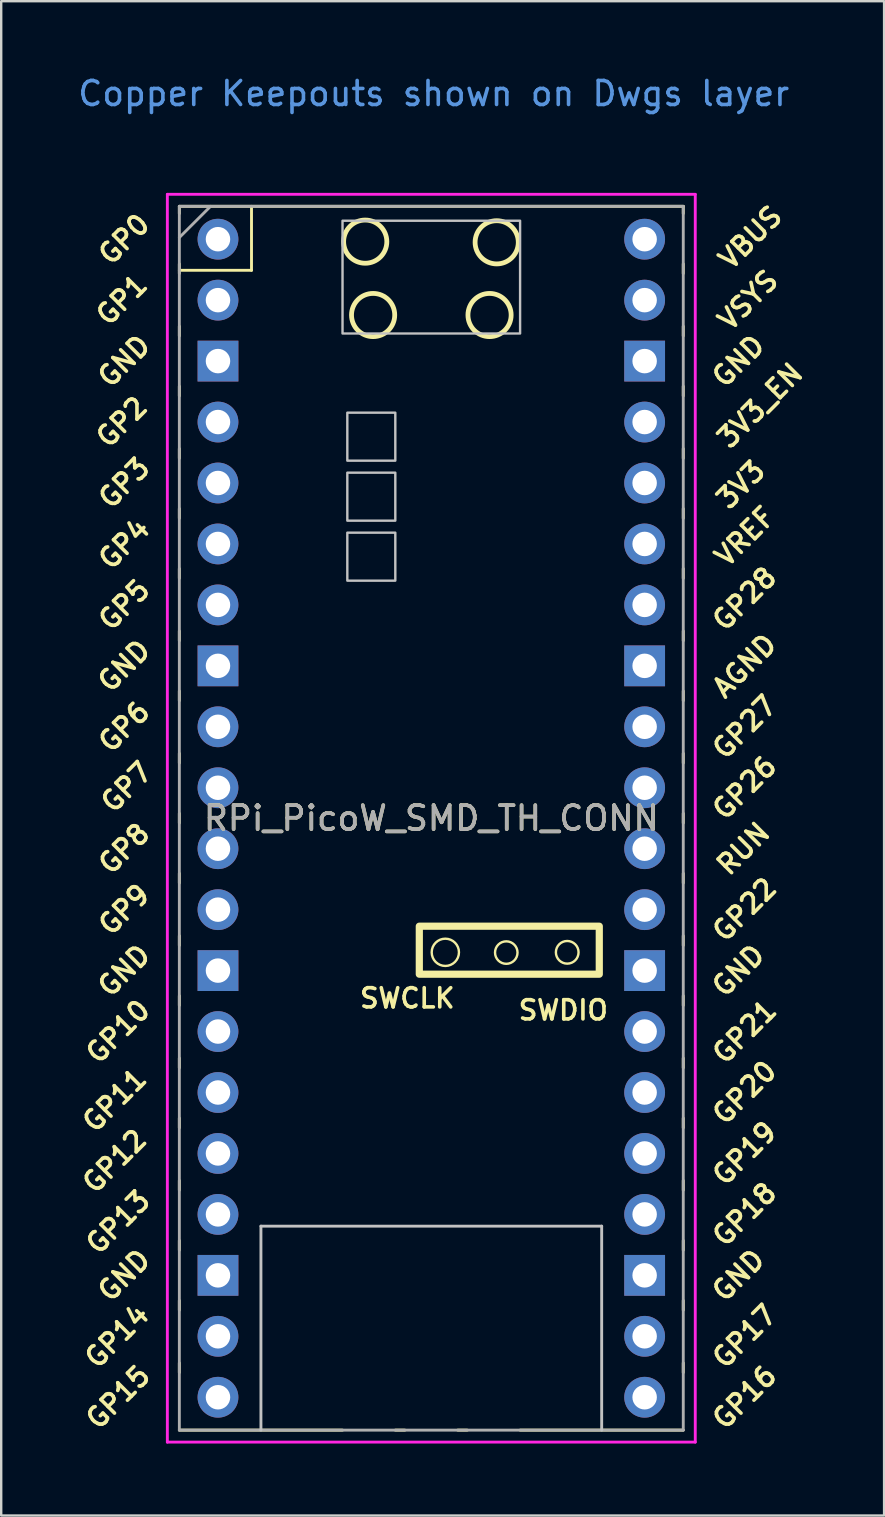
<source format=kicad_pcb>
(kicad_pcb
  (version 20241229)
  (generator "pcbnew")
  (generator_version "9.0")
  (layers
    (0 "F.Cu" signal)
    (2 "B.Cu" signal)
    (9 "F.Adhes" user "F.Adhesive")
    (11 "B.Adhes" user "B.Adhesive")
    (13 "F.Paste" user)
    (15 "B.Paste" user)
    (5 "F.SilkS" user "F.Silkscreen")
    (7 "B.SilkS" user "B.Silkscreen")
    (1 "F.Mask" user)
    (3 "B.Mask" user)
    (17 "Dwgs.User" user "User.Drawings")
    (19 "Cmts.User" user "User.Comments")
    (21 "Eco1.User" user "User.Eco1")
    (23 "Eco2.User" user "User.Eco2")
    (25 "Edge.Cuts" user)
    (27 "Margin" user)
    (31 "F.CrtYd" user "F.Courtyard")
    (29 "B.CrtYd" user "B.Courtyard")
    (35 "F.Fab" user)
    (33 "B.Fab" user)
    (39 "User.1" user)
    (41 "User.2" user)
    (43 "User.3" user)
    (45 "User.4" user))
  (footprint "RPi_PicoW_SMD_TH_CONN"
    (layer "F.Cu")
    (at 14.924 31.048)
    (property "Reference" "RPi_PicoW_SMD_TH_CONN" (at 0 0 0) (layer "F.SilkS") (effects (font (size 1 1) (thickness 0.15))))
    (attr through_hole)
    (fp_line (start -10.5 -25.5) (end -10.5 -25.2) (stroke (width 0.12) (type solid)) (layer "F.SilkS"))
    (fp_line (start -10.5 -25.5) (end 10.5 -25.5) (stroke (width 0.12) (type solid)) (layer "F.SilkS"))
    (fp_line (start -10.5 -23.1) (end -10.5 -22.7) (stroke (width 0.12) (type solid)) (layer "F.SilkS"))
    (fp_line (start -10.5 -22.833) (end -7.493 -22.833) (stroke (width 0.12) (type solid)) (layer "F.SilkS"))
    (fp_line (start -10.5 -20.5) (end -10.5 -20.1) (stroke (width 0.12) (type solid)) (layer "F.SilkS"))
    (fp_line (start -10.5 -18) (end -10.5 -17.6) (stroke (width 0.12) (type solid)) (layer "F.SilkS"))
    (fp_line (start -10.5 -15.4) (end -10.5 -15) (stroke (width 0.12) (type solid)) (layer "F.SilkS"))
    (fp_line (start -10.5 -12.9) (end -10.5 -12.5) (stroke (width 0.12) (type solid)) (layer "F.SilkS"))
    (fp_line (start -10.5 -10.4) (end -10.5 -10) (stroke (width 0.12) (type solid)) (layer "F.SilkS"))
    (fp_line (start -10.5 -7.8) (end -10.5 -7.4) (stroke (width 0.12) (type solid)) (layer "F.SilkS"))
    (fp_line (start -10.5 -5.3) (end -10.5 -4.9) (stroke (width 0.12) (type solid)) (layer "F.SilkS"))
    (fp_line (start -10.5 -2.7) (end -10.5 -2.3) (stroke (width 0.12) (type solid)) (layer "F.SilkS"))
    (fp_line (start -10.5 -0.2) (end -10.5 0.2) (stroke (width 0.12) (type solid)) (layer "F.SilkS"))
    (fp_line (start -10.5 2.3) (end -10.5 2.7) (stroke (width 0.12) (type solid)) (layer "F.SilkS"))
    (fp_line (start -10.5 4.9) (end -10.5 5.3) (stroke (width 0.12) (type solid)) (layer "F.SilkS"))
    (fp_line (start -10.5 7.4) (end -10.5 7.8) (stroke (width 0.12) (type solid)) (layer "F.SilkS"))
    (fp_line (start -10.5 10) (end -10.5 10.4) (stroke (width 0.12) (type solid)) (layer "F.SilkS"))
    (fp_line (start -10.5 12.5) (end -10.5 12.9) (stroke (width 0.12) (type solid)) (layer "F.SilkS"))
    (fp_line (start -10.5 15.1) (end -10.5 15.5) (stroke (width 0.12) (type solid)) (layer "F.SilkS"))
    (fp_line (start -10.5 17.6) (end -10.5 18) (stroke (width 0.12) (type solid)) (layer "F.SilkS"))
    (fp_line (start -10.5 20.1) (end -10.5 20.5) (stroke (width 0.12) (type solid)) (layer "F.SilkS"))
    (fp_line (start -10.5 22.7) (end -10.5 23.1) (stroke (width 0.12) (type solid)) (layer "F.SilkS"))
    (fp_line (start -7.493 -22.833) (end -7.493 -25.5) (stroke (width 0.12) (type solid)) (layer "F.SilkS"))
    (fp_line (start -3.7 25.5) (end -10.5 25.5) (stroke (width 0.12) (type solid)) (layer "F.SilkS"))
    (fp_line (start -1.5 25.5) (end -1.1 25.5) (stroke (width 0.12) (type solid)) (layer "F.SilkS"))
    (fp_line (start 1.1 25.5) (end 1.5 25.5) (stroke (width 0.12) (type solid)) (layer "F.SilkS"))
    (fp_line (start 10.5 -25.5) (end 10.5 -25.2) (stroke (width 0.12) (type solid)) (layer "F.SilkS"))
    (fp_line (start 10.5 -23.1) (end 10.5 -22.7) (stroke (width 0.12) (type solid)) (layer "F.SilkS"))
    (fp_line (start 10.5 -20.5) (end 10.5 -20.1) (stroke (width 0.12) (type solid)) (layer "F.SilkS"))
    (fp_line (start 10.5 -18) (end 10.5 -17.6) (stroke (width 0.12) (type solid)) (layer "F.SilkS"))
    (fp_line (start 10.5 -15.4) (end 10.5 -15) (stroke (width 0.12) (type solid)) (layer "F.SilkS"))
    (fp_line (start 10.5 -12.9) (end 10.5 -12.5) (stroke (width 0.12) (type solid)) (layer "F.SilkS"))
    (fp_line (start 10.5 -10.4) (end 10.5 -10) (stroke (width 0.12) (type solid)) (layer "F.SilkS"))
    (fp_line (start 10.5 -7.8) (end 10.5 -7.4) (stroke (width 0.12) (type solid)) (layer "F.SilkS"))
    (fp_line (start 10.5 -5.3) (end 10.5 -4.9) (stroke (width 0.12) (type solid)) (layer "F.SilkS"))
    (fp_line (start 10.5 -2.7) (end 10.5 -2.3) (stroke (width 0.12) (type solid)) (layer "F.SilkS"))
    (fp_line (start 10.5 -0.2) (end 10.5 0.2) (stroke (width 0.12) (type solid)) (layer "F.SilkS"))
    (fp_line (start 10.5 2.3) (end 10.5 2.7) (stroke (width 0.12) (type solid)) (layer "F.SilkS"))
    (fp_line (start 10.5 4.9) (end 10.5 5.3) (stroke (width 0.12) (type solid)) (layer "F.SilkS"))
    (fp_line (start 10.5 7.4) (end 10.5 7.8) (stroke (width 0.12) (type solid)) (layer "F.SilkS"))
    (fp_line (start 10.5 10) (end 10.5 10.4) (stroke (width 0.12) (type solid)) (layer "F.SilkS"))
    (fp_line (start 10.5 12.5) (end 10.5 12.9) (stroke (width 0.12) (type solid)) (layer "F.SilkS"))
    (fp_line (start 10.5 15.1) (end 10.5 15.5) (stroke (width 0.12) (type solid)) (layer "F.SilkS"))
    (fp_line (start 10.5 17.6) (end 10.5 18) (stroke (width 0.12) (type solid)) (layer "F.SilkS"))
    (fp_line (start 10.5 20.1) (end 10.5 20.5) (stroke (width 0.12) (type solid)) (layer "F.SilkS"))
    (fp_line (start 10.5 22.7) (end 10.5 23.1) (stroke (width 0.12) (type solid)) (layer "F.SilkS"))
    (fp_line (start 10.5 25.5) (end 3.7 25.5) (stroke (width 0.12) (type solid)) (layer "F.SilkS"))
    (fp_rect (start -0.5 4.5) (end 7 6.5) (stroke (width 0.3) (type solid)) (fill no) (layer "F.SilkS"))
    (fp_circle (center -2.754 -24.028) (end -2.754 -23.128) (stroke (width 0.2) (type solid)) (fill no) (layer "F.SilkS"))
    (fp_circle (center -2.425 -20.97) (end -2.425 -20.07) (stroke (width 0.2) (type solid)) (fill no) (layer "F.SilkS"))
    (fp_circle (center 0.584 5.588) (end 1.092 5.842) (stroke (width 0.1) (type default)) (fill no) (layer "F.SilkS"))
    (fp_circle (center 2.427 -20.97) (end 2.427 -20.07) (stroke (width 0.2) (type solid)) (fill no) (layer "F.SilkS"))
    (fp_circle (center 2.725 -24) (end 2.725 -23.1) (stroke (width 0.2) (type solid)) (fill no) (layer "F.SilkS"))
    (fp_circle (center 3.124 5.599) (end 3.379 5.992) (stroke (width 0.1) (type default)) (fill no) (layer "F.SilkS"))
    (fp_circle (center 5.664 5.588) (end 6.045 5.867) (stroke (width 0.1) (type default)) (fill no) (layer "F.SilkS"))
    (fp_line (start -7.1 17) (end 7.1 17) (stroke (width 0.12) (type solid)) (layer "Dwgs.User"))
    (fp_line (start -7.1 25.5) (end -7.1 17) (stroke (width 0.12) (type solid)) (layer "Dwgs.User"))
    (fp_line (start 7.1 17) (end 7.1 25.5) (stroke (width 0.12) (type solid)) (layer "Dwgs.User"))
    (fp_poly (pts (xy -1.5 -14.9) (xy -3.5 -14.9) (xy -3.5 -16.9) (xy -1.5 -16.9)) (stroke (width 0.1) (type solid)) (fill no) (layer "Dwgs.User"))
    (fp_poly (pts (xy -1.5 -12.4) (xy -3.5 -12.4) (xy -3.5 -14.4) (xy -1.5 -14.4)) (stroke (width 0.1) (type solid)) (fill no) (layer "Dwgs.User"))
    (fp_poly (pts (xy -1.5 -9.9) (xy -3.5 -9.9) (xy -3.5 -11.9) (xy -1.5 -11.9)) (stroke (width 0.1) (type solid)) (fill no) (layer "Dwgs.User"))
    (fp_poly (pts (xy 3.7 -20.2) (xy -3.7 -20.2) (xy -3.7 -24.9) (xy 3.7 -24.9)) (stroke (width 0.1) (type solid)) (fill no) (layer "Dwgs.User"))
    (fp_line (start -11 -26) (end 11 -26) (stroke (width 0.12) (type solid)) (layer "F.CrtYd"))
    (fp_line (start -11 26) (end -11 -26) (stroke (width 0.12) (type solid)) (layer "F.CrtYd"))
    (fp_line (start 11 -26) (end 11 26) (stroke (width 0.12) (type solid)) (layer "F.CrtYd"))
    (fp_line (start 11 26) (end -11 26) (stroke (width 0.12) (type solid)) (layer "F.CrtYd"))
    (fp_line (start -10.5 -25.5) (end 10.5 -25.5) (stroke (width 0.12) (type solid)) (layer "F.Fab"))
    (fp_line (start -10.5 -24.2) (end -9.2 -25.5) (stroke (width 0.12) (type solid)) (layer "F.Fab"))
    (fp_line (start -10.5 25.5) (end -10.5 -25.5) (stroke (width 0.12) (type solid)) (layer "F.Fab"))
    (fp_line (start 10.5 -25.5) (end 10.5 25.5) (stroke (width 0.12) (type solid)) (layer "F.Fab"))
    (fp_line (start 10.5 25.5) (end -10.5 25.5) (stroke (width 0.12) (type solid)) (layer "F.Fab"))
    (fp_text user "SWCLK" (at -1 7.5 0) (layer "F.SilkS") (effects (font (size 0.8 0.8) (thickness 0.15))))
    (fp_text user "GP2" (at -12.9 -16.51 45) (layer "F.SilkS") (effects (font (size 0.8 0.8) (thickness 0.15))))
    (fp_text user "GP3" (at -12.8 -13.97 45) (layer "F.SilkS") (effects (font (size 0.8 0.8) (thickness 0.15))))
    (fp_text user "GND" (at -12.8 6.35 45) (layer "F.SilkS") (effects (font (size 0.8 0.8) (thickness 0.15))))
    (fp_text user "GP21" (at 13.054 8.9 45) (layer "F.SilkS") (effects (font (size 0.8 0.8) (thickness 0.15))))
    (fp_text user "GP26" (at 13.054 -1.27 45) (layer "F.SilkS") (effects (font (size 0.8 0.8) (thickness 0.15))))
    (fp_text user "VREF" (at 13.068 -11.742 45) (layer "F.SilkS") (effects (font (size 0.8 0.8) (thickness 0.15))))
    (fp_text user "GP4" (at -12.8 -11.43 45) (layer "F.SilkS") (effects (font (size 0.8 0.8) (thickness 0.15))))
    (fp_text user "GP5" (at -12.8 -8.89 45) (layer "F.SilkS") (effects (font (size 0.8 0.8) (thickness 0.15))))
    (fp_text user "SWDIO" (at 5.5 8 0) (layer "F.SilkS") (effects (font (size 0.8 0.8) (thickness 0.15))))
    (fp_text user "GP17" (at 13.054 21.59 45) (layer "F.SilkS") (effects (font (size 0.8 0.8) (thickness 0.15))))
    (fp_text user "3V3" (at 12.9 -13.9 45) (layer "F.SilkS") (effects (font (size 0.8 0.8) (thickness 0.15))))
    (fp_text user "GND" (at 12.8 6.35 45) (layer "F.SilkS") (effects (font (size 0.8 0.8) (thickness 0.15))))
    (fp_text user "GND" (at 12.8 -19.05 45) (layer "F.SilkS") (effects (font (size 0.8 0.8) (thickness 0.15))))
    (fp_text user "GP0" (at -12.8 -24.13 45) (layer "F.SilkS") (effects (font (size 0.8 0.8) (thickness 0.15))))
    (fp_text user "GP8" (at -12.8 1.27 45) (layer "F.SilkS") (effects (font (size 0.8 0.8) (thickness 0.15))))
    (fp_text user "GP12" (at -13.2 14.293 45) (layer "F.SilkS") (effects (font (size 0.8 0.8) (thickness 0.15))))
    (fp_text user "AGND" (at 13.054 -6.35 45) (layer "F.SilkS") (effects (font (size 0.8 0.8) (thickness 0.15))))
    (fp_text user "GP27" (at 13.054 -3.8 45) (layer "F.SilkS") (effects (font (size 0.8 0.8) (thickness 0.15))))
    (fp_text user "GP15" (at -13.054 24.13 45) (layer "F.SilkS") (effects (font (size 0.8 0.8) (thickness 0.15))))
    (fp_text user "GP7" (at -12.7 -1.3 45) (layer "F.SilkS") (effects (font (size 0.8 0.8) (thickness 0.15))))
    (fp_text user "GP9" (at -12.8 3.81 45) (layer "F.SilkS") (effects (font (size 0.8 0.8) (thickness 0.15))))
    (fp_text user "GP14" (at -13.1 21.59 45) (layer "F.SilkS") (effects (font (size 0.8 0.8) (thickness 0.15))))
    (fp_text user "GP11" (at -13.2 11.752 45) (layer "F.SilkS") (effects (font (size 0.8 0.8) (thickness 0.15))))
    (fp_text user "VSYS" (at 13.2 -21.59 45) (layer "F.SilkS") (effects (font (size 0.8 0.8) (thickness 0.15))))
    (fp_text user "GP13" (at -13.054 16.832 45) (layer "F.SilkS") (effects (font (size 0.8 0.8) (thickness 0.15))))
    (fp_text user "3V3_EN" (at 13.7 -17.2 45) (layer "F.SilkS") (effects (font (size 0.8 0.8) (thickness 0.15))))
    (fp_text user "GP20" (at 13.054 11.43 45) (layer "F.SilkS") (effects (font (size 0.8 0.8) (thickness 0.15))))
    (fp_text user "GP18" (at 13.054 16.51 45) (layer "F.SilkS") (effects (font (size 0.8 0.8) (thickness 0.15))))
    (fp_text user "GP22" (at 13.054 3.81 45) (layer "F.SilkS") (effects (font (size 0.8 0.8) (thickness 0.15))))
    (fp_text user "RUN" (at 13 1.27 45) (layer "F.SilkS") (effects (font (size 0.8 0.8) (thickness 0.15))))
    (fp_text user "GND" (at -12.8 -19.05 45) (layer "F.SilkS") (effects (font (size 0.8 0.8) (thickness 0.15))))
    (fp_text user "GND" (at -12.8 -6.35 45) (layer "F.SilkS") (effects (font (size 0.8 0.8) (thickness 0.15))))
    (fp_text user "GND" (at 12.8 19.05 45) (layer "F.SilkS") (effects (font (size 0.8 0.8) (thickness 0.15))))
    (fp_text user "GND" (at -12.8 19.05 45) (layer "F.SilkS") (effects (font (size 0.8 0.8) (thickness 0.15))))
    (fp_text user "GP6" (at -12.8 -3.81 45) (layer "F.SilkS") (effects (font (size 0.8 0.8) (thickness 0.15))))
    (fp_text user "VBUS" (at 13.3 -24.2 45) (layer "F.SilkS") (effects (font (size 0.8 0.8) (thickness 0.15))))
    (fp_text user "GP19" (at 13.054 13.97 45) (layer "F.SilkS") (effects (font (size 0.8 0.8) (thickness 0.15))))
    (fp_text user "GP28" (at 13.054 -9.144 45) (layer "F.SilkS") (effects (font (size 0.8 0.8) (thickness 0.15))))
    (fp_text user "GP16" (at 13.054 24.13 45) (layer "F.SilkS") (effects (font (size 0.8 0.8) (thickness 0.15))))
    (fp_text user "GP1" (at -12.9 -21.6 45) (layer "F.SilkS") (effects (font (size 0.8 0.8) (thickness 0.15))))
    (fp_text user "GP10" (at -13.054 8.89 45) (layer "F.SilkS") (effects (font (size 0.8 0.8) (thickness 0.15))))
    (fp_text user "Copper Keepouts shown on Dwgs layer" (at 0.1 -30.2 0) (layer "Cmts.User") (effects (font (size 1 1) (thickness 0.15))))
    (fp_text user "${REFERENCE}" (at 0 0 180) (layer "F.Fab") (effects (font (size 1 1) (thickness 0.15))))
    (pad "1" thru_hole oval (at -8.89 -24.13) (size 1.7 1.7) (drill 1.02) (layers "*.Cu" "*.Mask"))
    (pad "2" thru_hole oval (at -8.89 -21.59) (size 1.7 1.7) (drill 1.02) (layers "*.Cu" "*.Mask"))
    (pad "3" thru_hole rect (at -8.89 -19.05) (size 1.7 1.7) (drill 1.02) (layers "*.Cu" "*.Mask"))
    (pad "4" thru_hole oval (at -8.89 -16.51) (size 1.7 1.7) (drill 1.02) (layers "*.Cu" "*.Mask"))
    (pad "5" thru_hole oval (at -8.89 -13.97) (size 1.7 1.7) (drill 1.02) (layers "*.Cu" "*.Mask"))
    (pad "6" thru_hole oval (at -8.89 -11.43) (size 1.7 1.7) (drill 1.02) (layers "*.Cu" "*.Mask"))
    (pad "7" thru_hole oval (at -8.89 -8.89) (size 1.7 1.7) (drill 1.02) (layers "*.Cu" "*.Mask"))
    (pad "8" thru_hole rect (at -8.89 -6.35) (size 1.7 1.7) (drill 1.02) (layers "*.Cu" "*.Mask"))
    (pad "9" thru_hole oval (at -8.89 -3.81) (size 1.7 1.7) (drill 1.02) (layers "*.Cu" "*.Mask"))
    (pad "10" thru_hole oval (at -8.89 -1.27) (size 1.7 1.7) (drill 1.02) (layers "*.Cu" "*.Mask"))
    (pad "11" thru_hole oval (at -8.89 1.27) (size 1.7 1.7) (drill 1.02) (layers "*.Cu" "*.Mask"))
    (pad "12" thru_hole oval (at -8.89 3.81) (size 1.7 1.7) (drill 1.02) (layers "*.Cu" "*.Mask"))
    (pad "13" thru_hole rect (at -8.89 6.35) (size 1.7 1.7) (drill 1.02) (layers "*.Cu" "*.Mask"))
    (pad "14" thru_hole oval (at -8.89 8.89) (size 1.7 1.7) (drill 1.02) (layers "*.Cu" "*.Mask"))
    (pad "15" thru_hole oval (at -8.89 11.43) (size 1.7 1.7) (drill 1.02) (layers "*.Cu" "*.Mask"))
    (pad "16" thru_hole oval (at -8.89 13.97) (size 1.7 1.7) (drill 1.02) (layers "*.Cu" "*.Mask"))
    (pad "17" thru_hole oval (at -8.89 16.51) (size 1.7 1.7) (drill 1.02) (layers "*.Cu" "*.Mask"))
    (pad "18" thru_hole rect (at -8.89 19.05) (size 1.7 1.7) (drill 1.02) (layers "*.Cu" "*.Mask"))
    (pad "19" thru_hole oval (at -8.89 21.59) (size 1.7 1.7) (drill 1.02) (layers "*.Cu" "*.Mask"))
    (pad "20" thru_hole oval (at -8.89 24.13) (size 1.7 1.7) (drill 1.02) (layers "*.Cu" "*.Mask"))
    (pad "21" thru_hole oval (at 8.89 24.13) (size 1.7 1.7) (drill 1.02) (layers "*.Cu" "*.Mask"))
    (pad "22" thru_hole oval (at 8.89 21.59) (size 1.7 1.7) (drill 1.02) (layers "*.Cu" "*.Mask"))
    (pad "23" thru_hole rect (at 8.89 19.05) (size 1.7 1.7) (drill 1.02) (layers "*.Cu" "*.Mask"))
    (pad "24" thru_hole oval (at 8.89 16.51) (size 1.7 1.7) (drill 1.02) (layers "*.Cu" "*.Mask"))
    (pad "25" thru_hole oval (at 8.89 13.97) (size 1.7 1.7) (drill 1.02) (layers "*.Cu" "*.Mask"))
    (pad "26" thru_hole oval (at 8.89 11.43) (size 1.7 1.7) (drill 1.02) (layers "*.Cu" "*.Mask"))
    (pad "27" thru_hole oval (at 8.89 8.89) (size 1.7 1.7) (drill 1.02) (layers "*.Cu" "*.Mask"))
    (pad "28" thru_hole rect (at 8.89 6.35) (size 1.7 1.7) (drill 1.02) (layers "*.Cu" "*.Mask"))
    (pad "29" thru_hole oval (at 8.89 3.81) (size 1.7 1.7) (drill 1.02) (layers "*.Cu" "*.Mask"))
    (pad "30" thru_hole oval (at 8.89 1.27) (size 1.7 1.7) (drill 1.02) (layers "*.Cu" "*.Mask"))
    (pad "31" thru_hole oval (at 8.89 -1.27) (size 1.7 1.7) (drill 1.02) (layers "*.Cu" "*.Mask"))
    (pad "32" thru_hole oval (at 8.89 -3.81) (size 1.7 1.7) (drill 1.02) (layers "*.Cu" "*.Mask"))
    (pad "33" thru_hole rect (at 8.89 -6.35) (size 1.7 1.7) (drill 1.02) (layers "*.Cu" "*.Mask"))
    (pad "34" thru_hole oval (at 8.89 -8.89) (size 1.7 1.7) (drill 1.02) (layers "*.Cu" "*.Mask"))
    (pad "35" thru_hole oval (at 8.89 -11.43) (size 1.7 1.7) (drill 1.02) (layers "*.Cu" "*.Mask"))
    (pad "36" thru_hole oval (at 8.89 -13.97) (size 1.7 1.7) (drill 1.02) (layers "*.Cu" "*.Mask"))
    (pad "37" thru_hole oval (at 8.89 -16.51) (size 1.7 1.7) (drill 1.02) (layers "*.Cu" "*.Mask"))
    (pad "38" thru_hole rect (at 8.89 -19.05) (size 1.7 1.7) (drill 1.02) (layers "*.Cu" "*.Mask"))
    (pad "39" thru_hole oval (at 8.89 -21.59) (size 1.7 1.7) (drill 1.02) (layers "*.Cu" "*.Mask"))
    (pad "40" thru_hole oval (at 8.89 -24.13) (size 1.7 1.7) (drill 1.02) (layers "*.Cu" "*.Mask")))
  (gr_rect
    (start -3 -3)
    (end 33.793 60.108)
    (stroke (width 0.1) (type default))
    (fill no)
    (layer "Edge.Cuts")))
</source>
